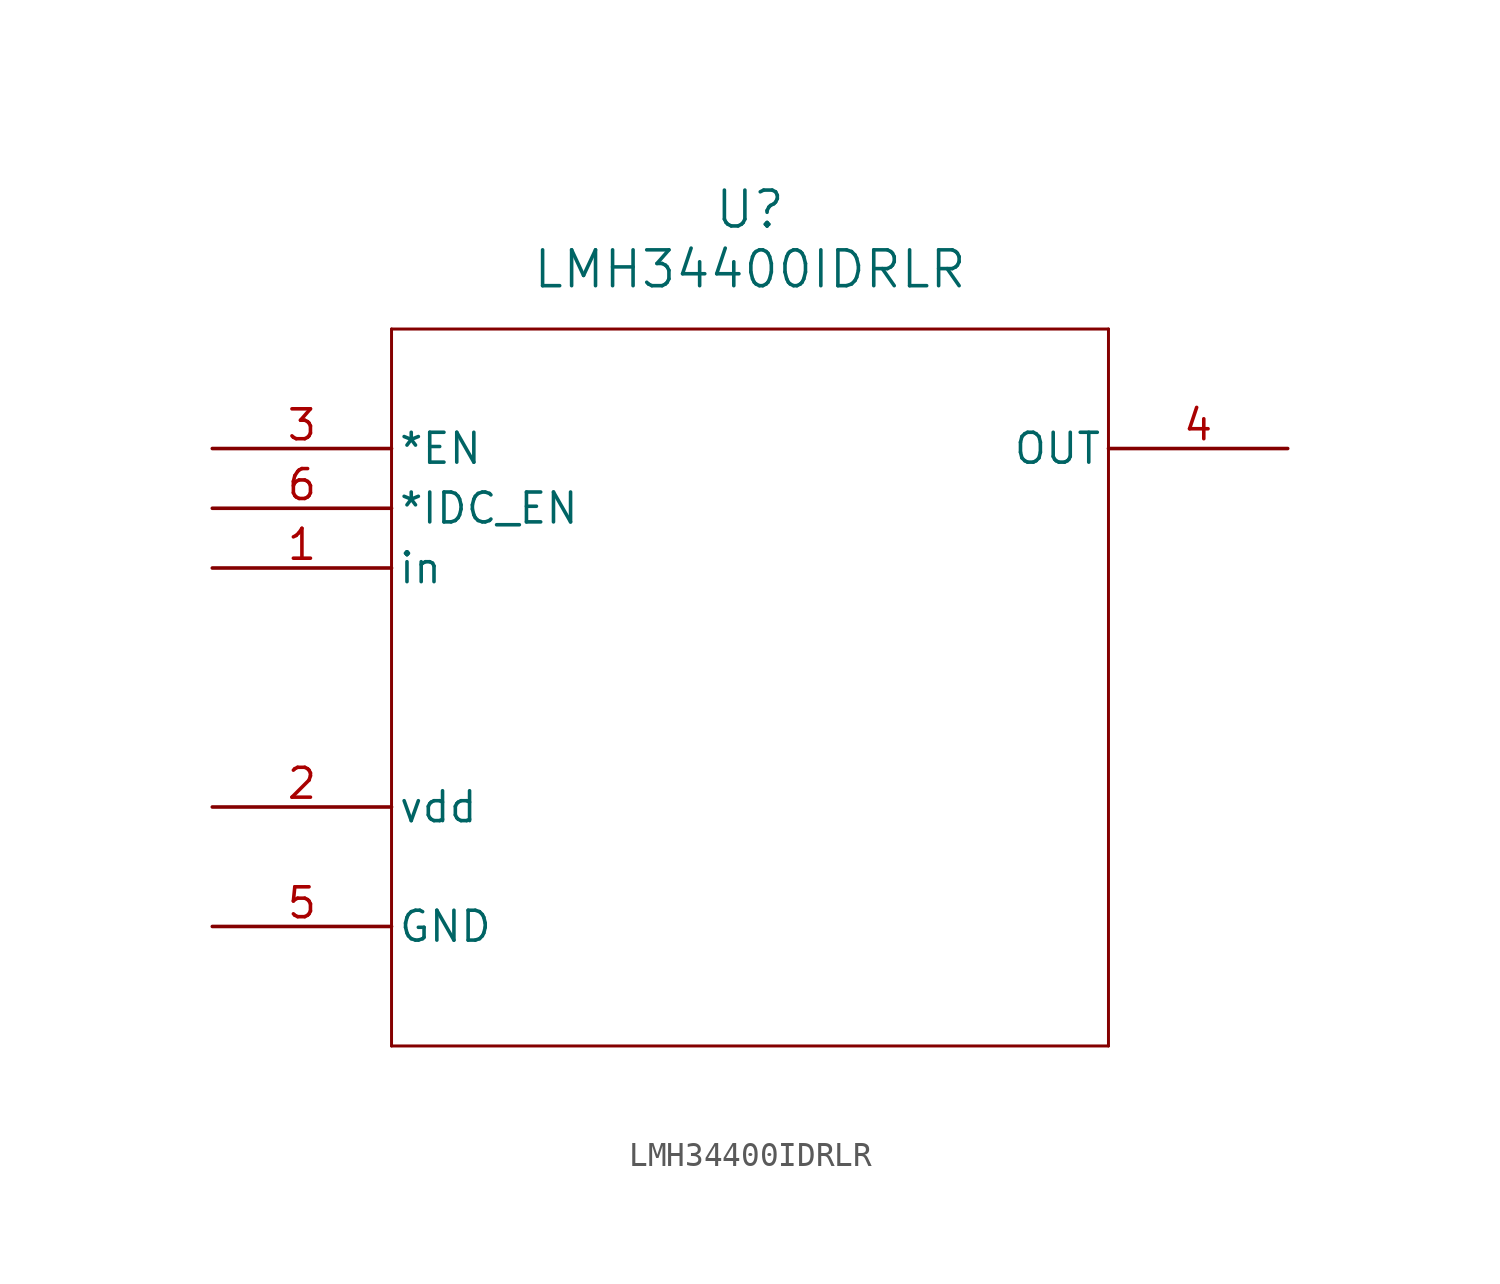
<source format=kicad_sym>
(kicad_symbol_lib
  (version 20211014)
  (generator kicad_symbol_editor)
  (symbol "LMH34400IDRLR"
    (pin_names
      (offset 0.254))
    (property "Reference" "U"
      (at 22.86 10.16 0)
      (effects (font (size 1.524 1.524))))
    (property "Value" "LMH34400IDRLR"
      (at 22.86 7.62 0)
      (effects (font (size 1.524 1.524))))
    (symbol "LMH34400IDRLR_0_1"
      (polyline (pts (xy 7.62 5.08) (xy 7.62 -25.4)) (stroke (width 0.127) (type default) (color 0 0 0 0)) (fill (type none)))
      (polyline (pts (xy 7.62 -25.4) (xy 38.1 -25.4)) (stroke (width 0.127) (type default) (color 0 0 0 0)) (fill (type none)))
      (polyline (pts (xy 38.1 -25.4) (xy 38.1 5.08)) (stroke (width 0.127) (type default) (color 0 0 0 0)) (fill (type none)))
      (polyline (pts (xy 38.1 5.08) (xy 7.62 5.08)) (stroke (width 0.127) (type default) (color 0 0 0 0)) (fill (type none)))
      (pin input line (at 0 -5.08 0) (length 7.62) (name "in" (effects (font (size 1.27 1.27)))) (number "1" (effects (font (size 1.27 1.27)))))
      (pin power_in line (at 0 -15.24 0) (length 7.62) (name "vdd" (effects (font (size 1.27 1.27)))) (number "2" (effects (font (size 1.27 1.27)))))
      (pin input line (at 0 0 0) (length 7.62) (name "*EN" (effects (font (size 1.27 1.27)))) (number "3" (effects (font (size 1.27 1.27)))))
      (pin output line (at 45.72 0 180) (length 7.62) (name "OUT" (effects (font (size 1.27 1.27)))) (number "4" (effects (font (size 1.27 1.27)))))
      (pin power_out line (at 0 -20.32 0) (length 7.62) (name "GND" (effects (font (size 1.27 1.27)))) (number "5" (effects (font (size 1.27 1.27)))))
      (pin input line (at 0 -2.54 0) (length 7.62) (name "*IDC_EN" (effects (font (size 1.27 1.27)))) (number "6" (effects (font (size 1.27 1.27))))))))
</source>
